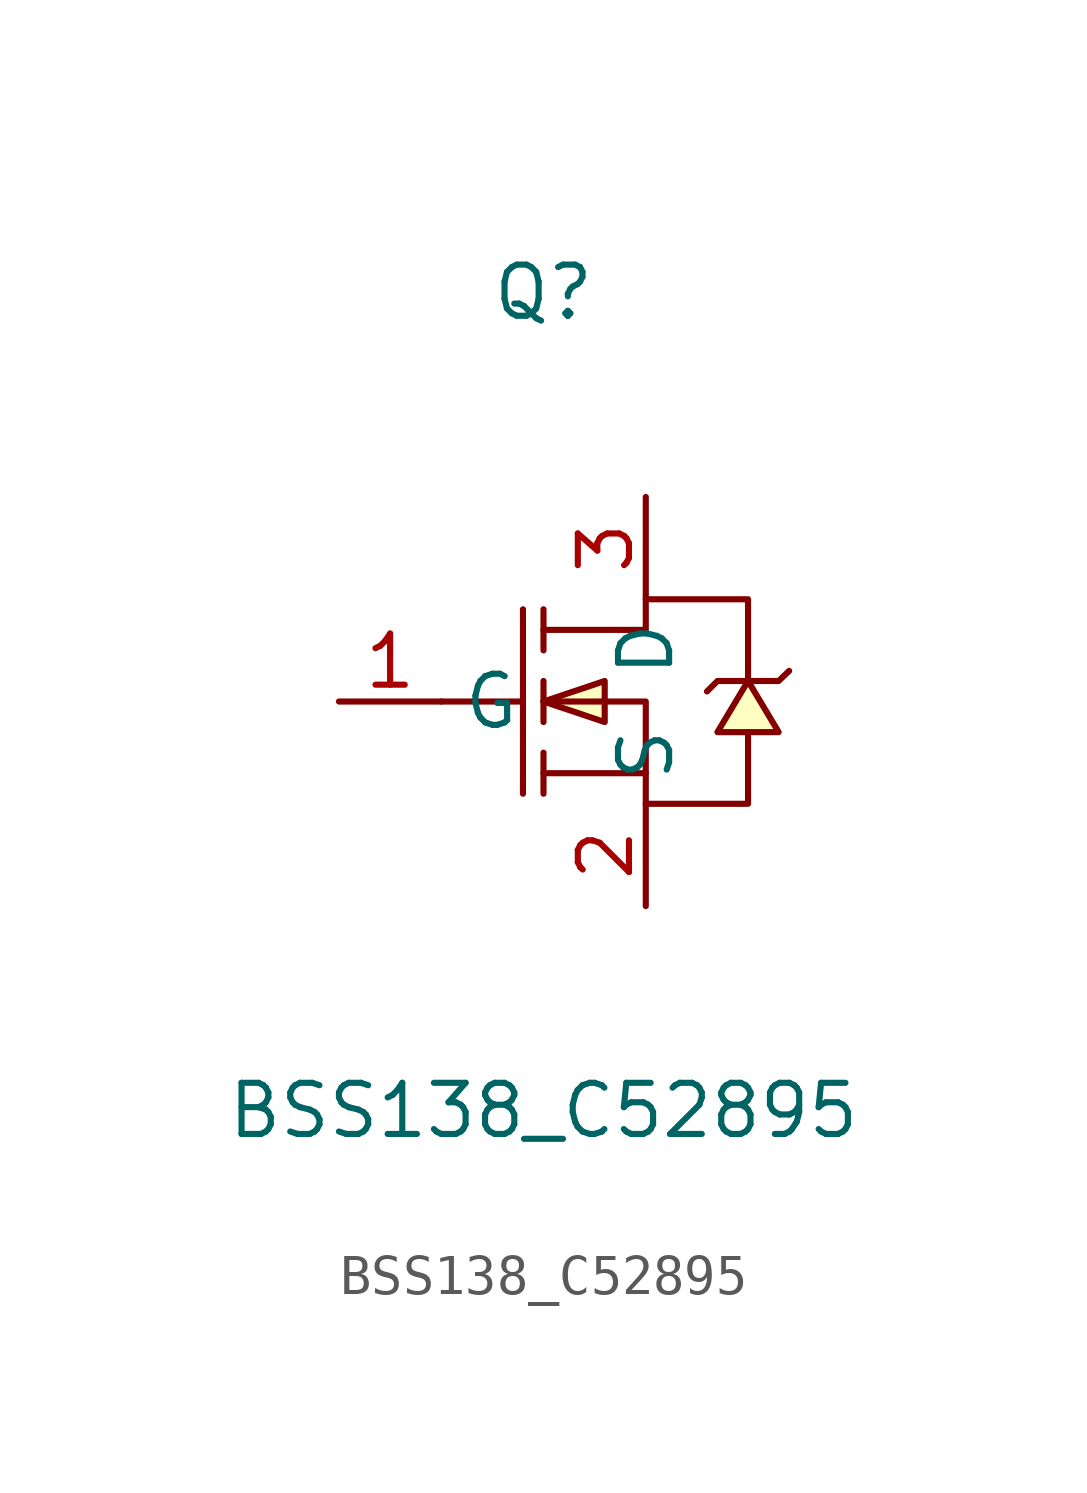
<source format=kicad_sym>
(kicad_symbol_lib
  (version 20211014)
  (generator https://github.com/uPesy/easyeda2kicad.py)
  (symbol "BSS138_C52895"
    (property "Reference" "Q"
      (at 0 10.16 0)
      (effects (font (size 1.27 1.27))))
    (property "Value" "BSS138_C52895"
      (at 0 -10.16 0)
      (effects (font (size 1.27 1.27))))
    (symbol "BSS138_C52895_0_1"
      (polyline (pts (xy 0.00 1.78) (xy 2.54 1.78) (xy 2.54 2.54) (xy 5.08 2.54) (xy 5.08 0.51)) (stroke (width 0) (type default) (color 0 0 0 0)) (fill (type none)))
      (polyline (pts (xy 0.00 -0.00) (xy 2.54 -0.00) (xy 2.54 -2.54) (xy 5.08 -2.54) (xy 5.08 -0.76)) (stroke (width 0) (type default) (color 0 0 0 0)) (fill (type none)))
      (polyline (pts (xy 2.54 -1.78) (xy 0.00 -1.78)) (stroke (width 0) (type default) (color 0 0 0 0)) (fill (type none)))
      (polyline (pts (xy -0.51 2.29) (xy -0.51 -2.29)) (stroke (width 0) (type default) (color 0 0 0 0)) (fill (type none)))
      (polyline (pts (xy 0.00 2.29) (xy 0.00 1.27)) (stroke (width 0) (type default) (color 0 0 0 0)) (fill (type none)))
      (polyline (pts (xy 0.00 -0.51) (xy 0.00 0.51)) (stroke (width 0) (type default) (color 0 0 0 0)) (fill (type none)))
      (polyline (pts (xy 0.00 -2.29) (xy 0.00 -1.27)) (stroke (width 0) (type default) (color 0 0 0 0)) (fill (type none)))
      (polyline (pts (xy -2.54 -0.00) (xy -0.51 -0.00)) (stroke (width 0) (type default) (color 0 0 0 0)) (fill (type none)))
      (polyline (pts (xy 4.06 0.25) (xy 4.32 0.51) (xy 5.84 0.51) (xy 6.10 0.76)) (stroke (width 0) (type default) (color 0 0 0 0)) (fill (type none)))
      (polyline (pts (xy 5.08 0.51) (xy 5.84 -0.76) (xy 4.32 -0.76) (xy 5.08 0.51)) (stroke (width 0) (type default) (color 0 0 0 0)) (fill (type background)))
      (polyline (pts (xy 0.00 -0.00) (xy 1.52 0.51) (xy 1.52 -0.51) (xy 0.00 -0.00)) (stroke (width 0) (type default) (color 0 0 0 0)) (fill (type background)))
      (pin unspecified line (at 2.54 -5.08 90) (length 2.54) (name "S" (effects (font (size 1.27 1.27)))) (number "2" (effects (font (size 1.27 1.27)))))
      (pin unspecified line (at -5.08 -0.00 0) (length 2.54) (name "G" (effects (font (size 1.27 1.27)))) (number "1" (effects (font (size 1.27 1.27)))))
      (pin unspecified line (at 2.54 5.08 270) (length 2.54) (name "D" (effects (font (size 1.27 1.27)))) (number "3" (effects (font (size 1.27 1.27))))))))
</source>
